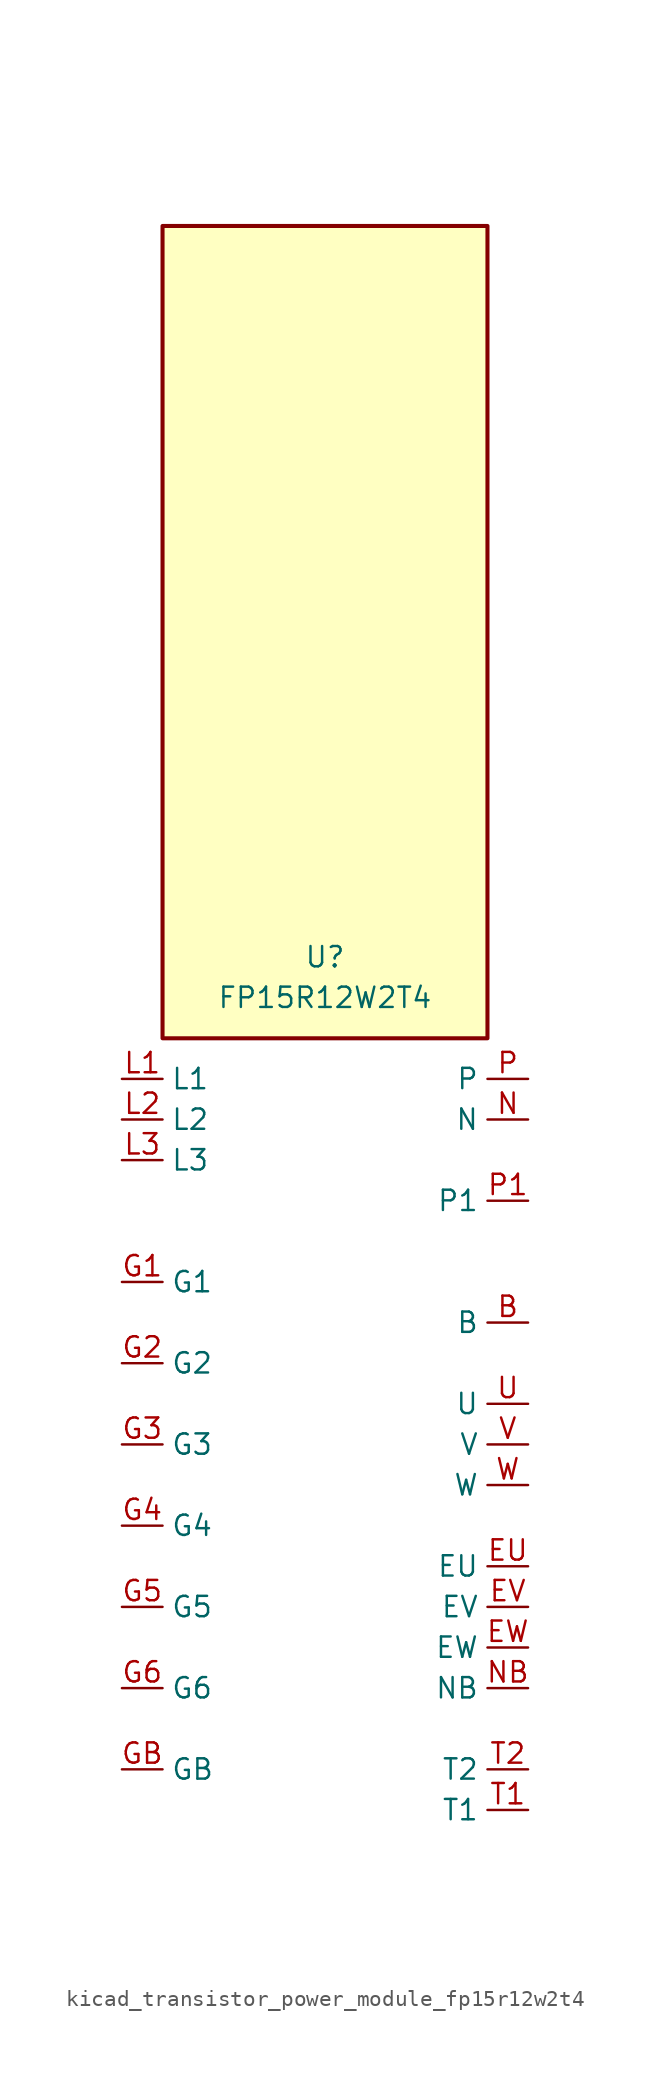
<source format=kicad_sym>
(kicad_symbol_lib
  (version 20220914)
  (generator kicad_symbol_editor)
  (symbol "kicad_transistor_power_module_fp15r12w2t4"
    (property "Reference" "U"
      (at 0 30.48 0)
      (effects (font (size 1.27 1.27))))
    (property "Value" "FP15R12W2T4"
      (at 0 27.94 0)
      (effects (font (size 1.27 1.27))))
    (symbol "kicad_transistor_power_module_fp15r12w2t4_1_1"
      (rectangle (start 10.16 76.2) (end -10.16 25.4) (stroke (width 0.254) (type default)) (fill (type background)))
      (pin passive line (at 12.7 7.62 180) (length 2.54) (name "B" (effects (font (size 1.27 1.27)))) (number "B" (effects (font (size 1.27 1.27)))))
      (pin passive line (at 12.7 -7.62 180) (length 2.54) (name "EU" (effects (font (size 1.27 1.27)))) (number "EU" (effects (font (size 1.27 1.27)))))
      (pin passive line (at 12.7 -10.16 180) (length 2.54) (name "EV" (effects (font (size 1.27 1.27)))) (number "EV" (effects (font (size 1.27 1.27)))))
      (pin passive line (at 12.7 -12.7 180) (length 2.54) (name "EW" (effects (font (size 1.27 1.27)))) (number "EW" (effects (font (size 1.27 1.27)))))
      (pin passive line (at -12.7 10.16 0) (length 2.54) (name "G1" (effects (font (size 1.27 1.27)))) (number "G1" (effects (font (size 1.27 1.27)))))
      (pin passive line (at -12.7 5.08 0) (length 2.54) (name "G2" (effects (font (size 1.27 1.27)))) (number "G2" (effects (font (size 1.27 1.27)))))
      (pin passive line (at -12.7 0 0) (length 2.54) (name "G3" (effects (font (size 1.27 1.27)))) (number "G3" (effects (font (size 1.27 1.27)))))
      (pin passive line (at -12.7 -5.08 0) (length 2.54) (name "G4" (effects (font (size 1.27 1.27)))) (number "G4" (effects (font (size 1.27 1.27)))))
      (pin passive line (at -12.7 -10.16 0) (length 2.54) (name "G5" (effects (font (size 1.27 1.27)))) (number "G5" (effects (font (size 1.27 1.27)))))
      (pin passive line (at -12.7 -15.24 0) (length 2.54) (name "G6" (effects (font (size 1.27 1.27)))) (number "G6" (effects (font (size 1.27 1.27)))))
      (pin passive line (at -12.7 -20.32 0) (length 2.54) (name "GB" (effects (font (size 1.27 1.27)))) (number "GB" (effects (font (size 1.27 1.27)))))
      (pin passive line (at -12.7 22.86 0) (length 2.54) (name "L1" (effects (font (size 1.27 1.27)))) (number "L1" (effects (font (size 1.27 1.27)))))
      (pin passive line (at -12.7 20.32 0) (length 2.54) (name "L2" (effects (font (size 1.27 1.27)))) (number "L2" (effects (font (size 1.27 1.27)))))
      (pin passive line (at -12.7 17.78 0) (length 2.54) (name "L3" (effects (font (size 1.27 1.27)))) (number "L3" (effects (font (size 1.27 1.27)))))
      (pin passive line (at 12.7 20.32 180) (length 2.54) (name "N" (effects (font (size 1.27 1.27)))) (number "N" (effects (font (size 1.27 1.27)))))
      (pin passive line (at 12.7 -15.24 180) (length 2.54) (name "NB" (effects (font (size 1.27 1.27)))) (number "NB" (effects (font (size 1.27 1.27)))))
      (pin passive line (at 12.7 22.86 180) (length 2.54) (name "P" (effects (font (size 1.27 1.27)))) (number "P" (effects (font (size 1.27 1.27)))))
      (pin passive line (at 12.7 15.24 180) (length 2.54) (name "P1" (effects (font (size 1.27 1.27)))) (number "P1" (effects (font (size 1.27 1.27)))))
      (pin passive line (at 12.7 -22.86 180) (length 2.54) (name "T1" (effects (font (size 1.27 1.27)))) (number "T1" (effects (font (size 1.27 1.27)))))
      (pin passive line (at 12.7 -20.32 180) (length 2.54) (name "T2" (effects (font (size 1.27 1.27)))) (number "T2" (effects (font (size 1.27 1.27)))))
      (pin passive line (at 12.7 2.54 180) (length 2.54) (name "U" (effects (font (size 1.27 1.27)))) (number "U" (effects (font (size 1.27 1.27)))))
      (pin passive line (at 12.7 0 180) (length 2.54) (name "V" (effects (font (size 1.27 1.27)))) (number "V" (effects (font (size 1.27 1.27)))))
      (pin passive line (at 12.7 -2.54 180) (length 2.54) (name "W" (effects (font (size 1.27 1.27)))) (number "W" (effects (font (size 1.27 1.27))))))))
</source>
